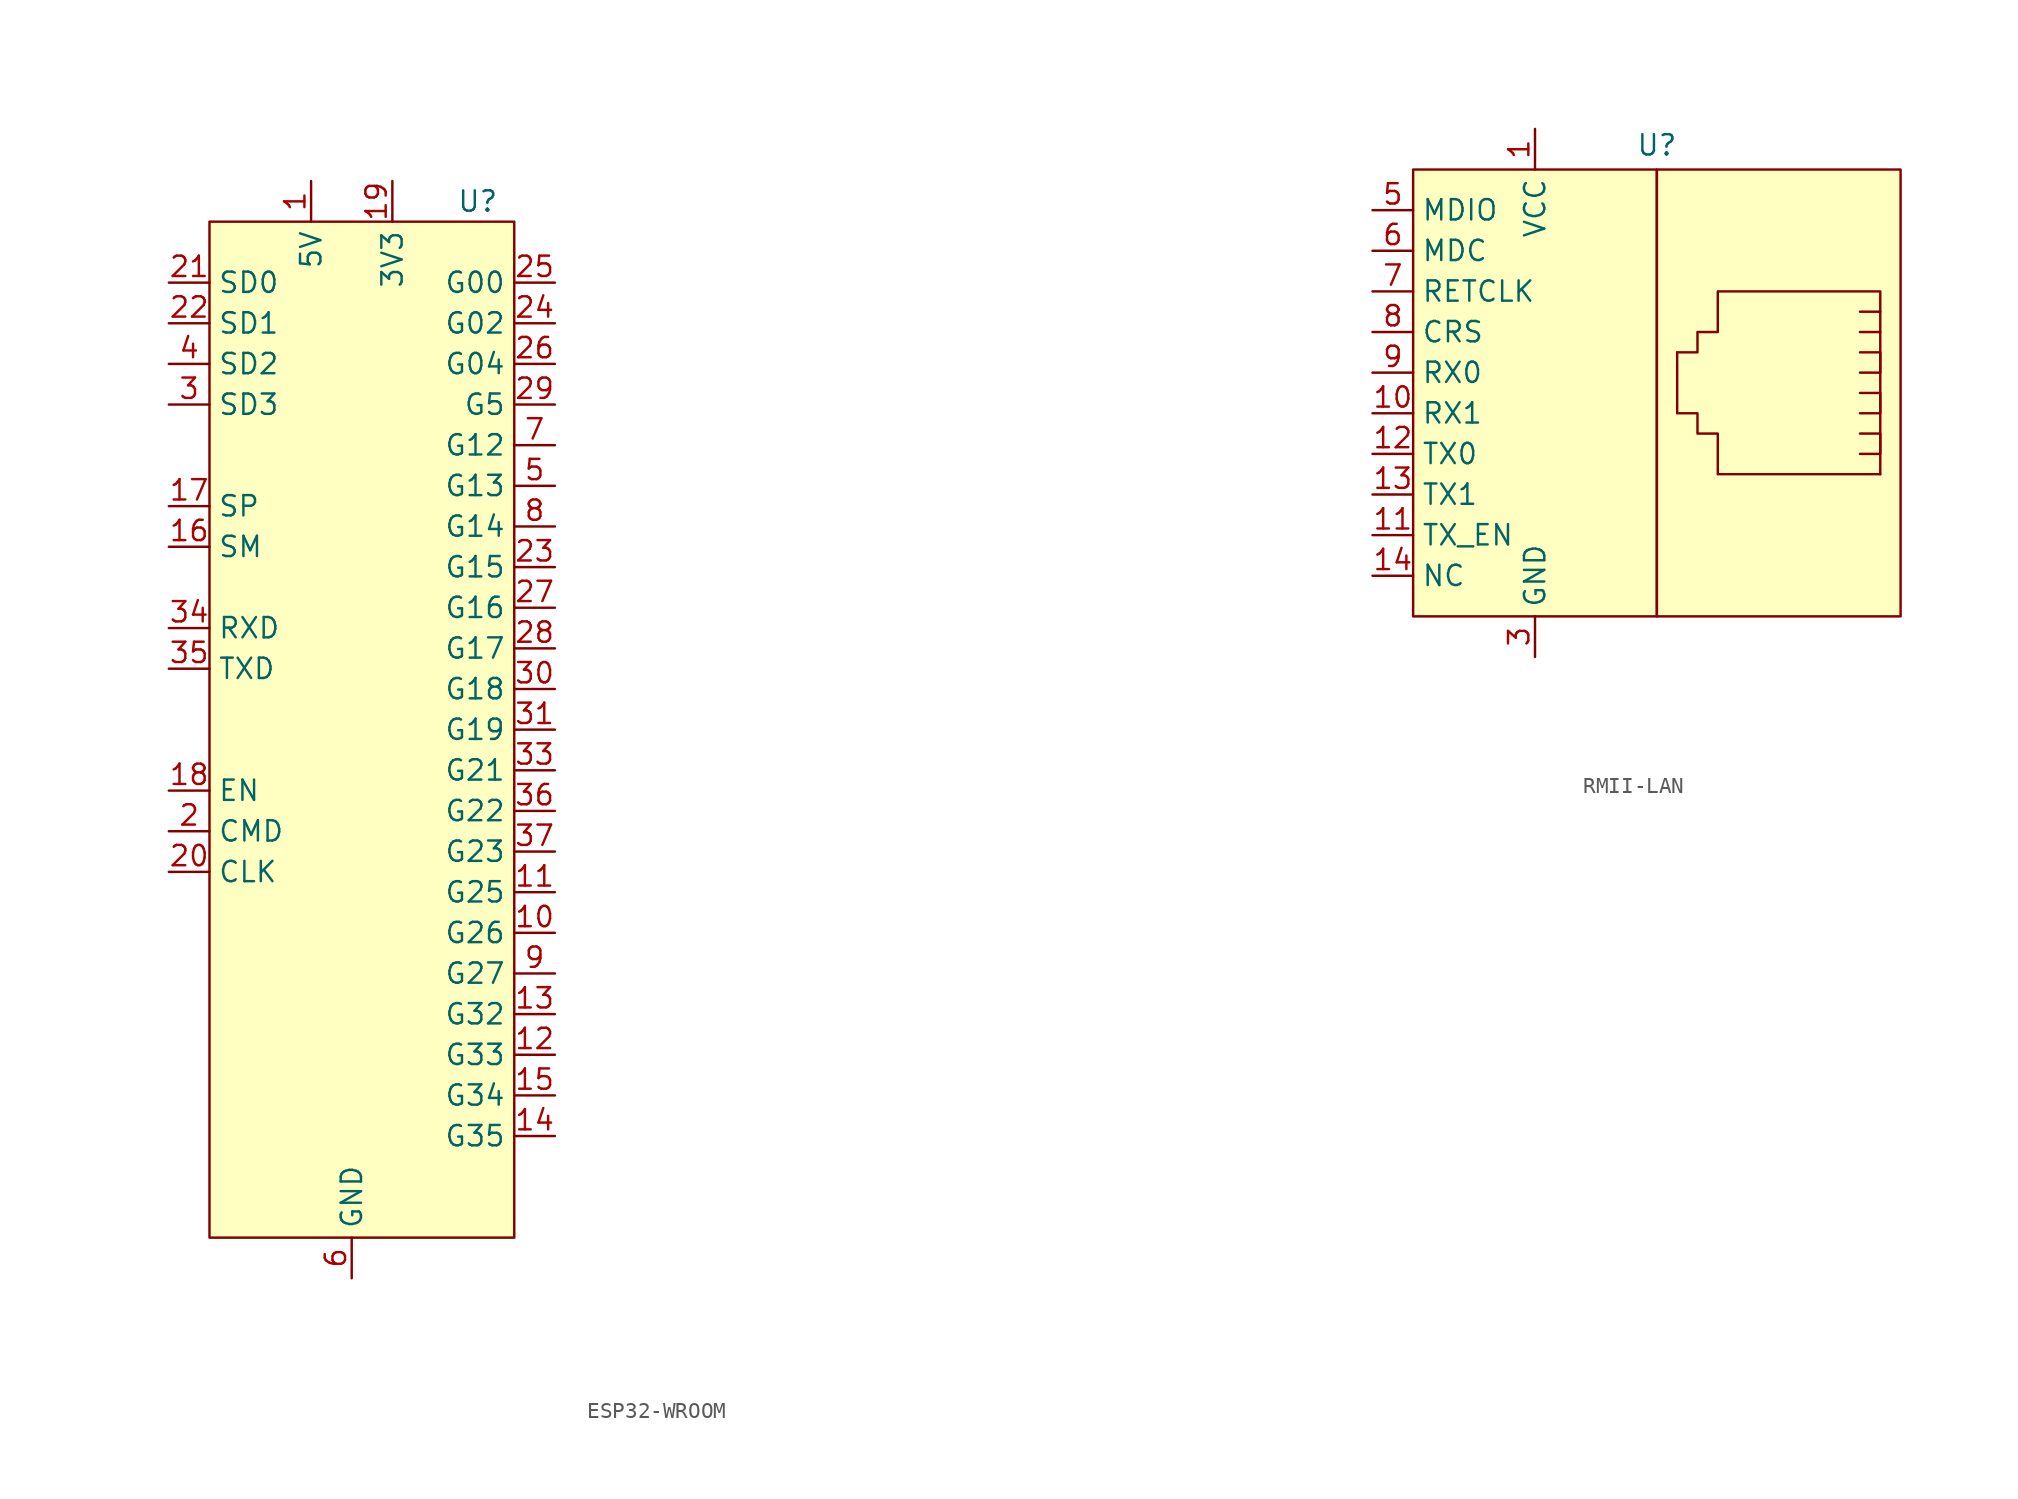
<source format=kicad_sym>
(kicad_symbol_lib
  (version 20231120)
  (generator "kicad_symbol_editor")
  (generator_version "8.0")
  (symbol "ESP32-WROOM"
    (property "Reference" "U"
      (at 7.874 0 0)
      (effects (font (size 1.27 1.27))))
    (property "Value" ""
      (at 7.874 0 0)
      (effects (font (size 1.27 1.27))))
    (symbol "ESP32-WROOM_1_1"
      (rectangle (start -8.89 -1.27) (end 10.16 -64.77) (stroke (width 0) (type default)) (fill (type background)))
      (pin power_in line (at -2.54 1.27 270) (length 2.54) (name "5V" (effects (font (size 1.27 1.27)))) (number "1" (effects (font (size 1.27 1.27)))))
      (pin bidirectional line (at 12.7 -45.72 180) (length 2.54) (name "G26" (effects (font (size 1.27 1.27)))) (number "10" (effects (font (size 1.27 1.27)))))
      (pin bidirectional line (at 12.7 -43.18 180) (length 2.54) (name "G25" (effects (font (size 1.27 1.27)))) (number "11" (effects (font (size 1.27 1.27)))))
      (pin bidirectional line (at 12.7 -53.34 180) (length 2.54) (name "G33" (effects (font (size 1.27 1.27)))) (number "12" (effects (font (size 1.27 1.27)))))
      (pin bidirectional line (at 12.7 -50.8 180) (length 2.54) (name "G32" (effects (font (size 1.27 1.27)))) (number "13" (effects (font (size 1.27 1.27)))))
      (pin bidirectional line (at 12.7 -58.42 180) (length 2.54) (name "G35" (effects (font (size 1.27 1.27)))) (number "14" (effects (font (size 1.27 1.27)))))
      (pin bidirectional line (at 12.7 -55.88 180) (length 2.54) (name "G34" (effects (font (size 1.27 1.27)))) (number "15" (effects (font (size 1.27 1.27)))))
      (pin bidirectional line (at -11.43 -21.59 0) (length 2.54) (name "SM" (effects (font (size 1.27 1.27)))) (number "16" (effects (font (size 1.27 1.27)))))
      (pin bidirectional line (at -11.43 -19.05 0) (length 2.54) (name "SP" (effects (font (size 1.27 1.27)))) (number "17" (effects (font (size 1.27 1.27)))))
      (pin bidirectional line (at -11.43 -36.83 0) (length 2.54) (name "EN" (effects (font (size 1.27 1.27)))) (number "18" (effects (font (size 1.27 1.27)))))
      (pin power_out line (at 2.54 1.27 270) (length 2.54) (name "3V3" (effects (font (size 1.27 1.27)))) (number "19" (effects (font (size 1.27 1.27)))))
      (pin bidirectional line (at -11.43 -39.37 0) (length 2.54) (name "CMD" (effects (font (size 1.27 1.27)))) (number "2" (effects (font (size 1.27 1.27)))))
      (pin input line (at -11.43 -41.91 0) (length 2.54) (name "CLK" (effects (font (size 1.27 1.27)))) (number "20" (effects (font (size 1.27 1.27)))))
      (pin bidirectional line (at -11.43 -5.08 0) (length 2.54) (name "SD0" (effects (font (size 1.27 1.27)))) (number "21" (effects (font (size 1.27 1.27)))))
      (pin bidirectional line (at -11.43 -7.62 0) (length 2.54) (name "SD1" (effects (font (size 1.27 1.27)))) (number "22" (effects (font (size 1.27 1.27)))))
      (pin bidirectional line (at 12.7 -22.86 180) (length 2.54) (name "G15" (effects (font (size 1.27 1.27)))) (number "23" (effects (font (size 1.27 1.27)))))
      (pin bidirectional line (at 12.7 -7.62 180) (length 2.54) (name "G02" (effects (font (size 1.27 1.27)))) (number "24" (effects (font (size 1.27 1.27)))))
      (pin bidirectional line (at 12.7 -5.08 180) (length 2.54) (name "G00" (effects (font (size 1.27 1.27)))) (number "25" (effects (font (size 1.27 1.27)))))
      (pin bidirectional line (at 12.7 -10.16 180) (length 2.54) (name "G04" (effects (font (size 1.27 1.27)))) (number "26" (effects (font (size 1.27 1.27)))))
      (pin bidirectional line (at 12.7 -25.4 180) (length 2.54) (name "G16" (effects (font (size 1.27 1.27)))) (number "27" (effects (font (size 1.27 1.27)))))
      (pin bidirectional line (at 12.7 -27.94 180) (length 2.54) (name "G17" (effects (font (size 1.27 1.27)))) (number "28" (effects (font (size 1.27 1.27)))))
      (pin bidirectional line (at 12.7 -12.7 180) (length 2.54) (name "G5" (effects (font (size 1.27 1.27)))) (number "29" (effects (font (size 1.27 1.27)))))
      (pin bidirectional line (at -11.43 -12.7 0) (length 2.54) (name "SD3" (effects (font (size 1.27 1.27)))) (number "3" (effects (font (size 1.27 1.27)))))
      (pin bidirectional line (at 12.7 -30.48 180) (length 2.54) (name "G18" (effects (font (size 1.27 1.27)))) (number "30" (effects (font (size 1.27 1.27)))))
      (pin bidirectional line (at 12.7 -33.02 180) (length 2.54) (name "G19" (effects (font (size 1.27 1.27)))) (number "31" (effects (font (size 1.27 1.27)))))
      (pin bidirectional line (at 48.26 -33.02 180) (length 2.54) hide (name "GND" (effects (font (size 1.27 1.27)))) (number "32" (effects (font (size 1.27 1.27)))))
      (pin bidirectional line (at 12.7 -35.56 180) (length 2.54) (name "G21" (effects (font (size 1.27 1.27)))) (number "33" (effects (font (size 1.27 1.27)))))
      (pin input line (at -11.43 -26.67 0) (length 2.54) (name "RXD" (effects (font (size 1.27 1.27)))) (number "34" (effects (font (size 1.27 1.27)))))
      (pin output line (at -11.43 -29.21 0) (length 2.54) (name "TXD" (effects (font (size 1.27 1.27)))) (number "35" (effects (font (size 1.27 1.27)))))
      (pin bidirectional line (at 12.7 -38.1 180) (length 2.54) (name "G22" (effects (font (size 1.27 1.27)))) (number "36" (effects (font (size 1.27 1.27)))))
      (pin bidirectional line (at 12.7 -40.64 180) (length 2.54) (name "G23" (effects (font (size 1.27 1.27)))) (number "37" (effects (font (size 1.27 1.27)))))
      (pin bidirectional line (at 49.53 -41.91 180) (length 2.54) hide (name "GND" (effects (font (size 1.27 1.27)))) (number "38" (effects (font (size 1.27 1.27)))))
      (pin bidirectional line (at -11.43 -10.16 0) (length 2.54) (name "SD2" (effects (font (size 1.27 1.27)))) (number "4" (effects (font (size 1.27 1.27)))))
      (pin bidirectional line (at 12.7 -17.78 180) (length 2.54) (name "G13" (effects (font (size 1.27 1.27)))) (number "5" (effects (font (size 1.27 1.27)))))
      (pin bidirectional line (at 0 -67.31 90) (length 2.54) (name "GND" (effects (font (size 1.27 1.27)))) (number "6" (effects (font (size 1.27 1.27)))))
      (pin bidirectional line (at 12.7 -15.24 180) (length 2.54) (name "G12" (effects (font (size 1.27 1.27)))) (number "7" (effects (font (size 1.27 1.27)))))
      (pin bidirectional line (at 12.7 -20.32 180) (length 2.54) (name "G14" (effects (font (size 1.27 1.27)))) (number "8" (effects (font (size 1.27 1.27)))))
      (pin bidirectional line (at 12.7 -48.26 180) (length 2.54) (name "G27" (effects (font (size 1.27 1.27)))) (number "9" (effects (font (size 1.27 1.27)))))))
  (symbol "RMII-LAN"
    (property "Reference" "U"
      (at 17.78 1.524 0)
      (effects (font (size 1.27 1.27))))
    (property "Value" ""
      (at 10.795 -33.655 90)
      (effects (font (size 1.27 1.27))))
    (symbol "RMII-LAN_1_1"
      (polyline (pts (xy 31.75 -10.16) (xy 30.48 -10.16)) (stroke (width 0) (type default)) (fill (type none)))
      (polyline (pts (xy 31.75 -8.89) (xy 30.48 -8.89)) (stroke (width 0) (type default)) (fill (type none)))
      (polyline (pts (xy 30.48 -16.51) (xy 31.75 -16.51) (xy 31.75 -17.78) (xy 30.48 -17.78)) (stroke (width 0) (type default)) (fill (type none)))
      (polyline (pts (xy 30.48 -13.97) (xy 31.75 -13.97) (xy 31.75 -15.24) (xy 30.48 -15.24)) (stroke (width 0) (type default)) (fill (type none)))
      (polyline (pts (xy 30.48 -11.43) (xy 31.75 -11.43) (xy 31.75 -12.7) (xy 30.48 -12.7)) (stroke (width 0) (type default)) (fill (type none)))
      (polyline (pts (xy 19.05 -11.43) (xy 20.32 -11.43) (xy 20.32 -10.16) (xy 21.59 -10.16) (xy 21.59 -7.62) (xy 31.75 -7.62) (xy 31.75 -19.05)) (stroke (width 0) (type default)) (fill (type none)))
      (polyline (pts (xy 19.05 -13.97) (xy 19.05 -11.43) (xy 19.05 -15.24) (xy 20.32 -15.24) (xy 20.32 -16.51) (xy 21.59 -16.51) (xy 21.59 -19.05) (xy 31.75 -19.05)) (stroke (width 0) (type default)) (fill (type none)))
      (rectangle (start 2.54 0) (end 17.78 -27.94) (stroke (width 0) (type default)) (fill (type background)))
      (rectangle (start 17.78 0) (end 33.02 -27.94) (stroke (width 0) (type default)) (fill (type background)))
      (pin power_in line (at 10.16 2.54 270) (length 2.54) (name "VCC" (effects (font (size 1.27 1.27)))) (number "1" (effects (font (size 1.27 1.27)))))
      (pin output line (at 0 -15.24 0) (length 2.54) (name "RX1" (effects (font (size 1.27 1.27)))) (number "10" (effects (font (size 1.27 1.27)))))
      (pin input line (at 0 -22.86 0) (length 2.54) (name "TX_EN" (effects (font (size 1.27 1.27)))) (number "11" (effects (font (size 1.27 1.27)))))
      (pin input line (at 0 -17.78 0) (length 2.54) (name "TX0" (effects (font (size 1.27 1.27)))) (number "12" (effects (font (size 1.27 1.27)))))
      (pin input line (at 0 -20.32 0) (length 2.54) (name "TX1" (effects (font (size 1.27 1.27)))) (number "13" (effects (font (size 1.27 1.27)))))
      (pin input line (at 0 -25.4 0) (length 2.54) (name "NC" (effects (font (size 1.27 1.27)))) (number "14" (effects (font (size 1.27 1.27)))))
      (pin power_in line (at 10.16 2.54 270) (length 2.54) hide (name "VCC" (effects (font (size 1.27 1.27)))) (number "2" (effects (font (size 1.27 1.27)))))
      (pin power_in line (at 10.16 -30.48 90) (length 2.54) (name "GND" (effects (font (size 1.27 1.27)))) (number "3" (effects (font (size 1.27 1.27)))))
      (pin power_in line (at 10.16 -30.48 90) (length 2.54) hide (name "GND" (effects (font (size 1.27 1.27)))) (number "4" (effects (font (size 1.27 1.27)))))
      (pin bidirectional line (at 0 -2.54 0) (length 2.54) (name "MDIO" (effects (font (size 1.27 1.27)))) (number "5" (effects (font (size 1.27 1.27)))))
      (pin bidirectional line (at 0 -5.08 0) (length 2.54) (name "MDC" (effects (font (size 1.27 1.27)))) (number "6" (effects (font (size 1.27 1.27)))))
      (pin bidirectional line (at 0 -7.62 0) (length 2.54) (name "RETCLK" (effects (font (size 1.27 1.27)))) (number "7" (effects (font (size 1.27 1.27)))))
      (pin bidirectional line (at 0 -10.16 0) (length 2.54) (name "CRS" (effects (font (size 1.27 1.27)))) (number "8" (effects (font (size 1.27 1.27)))))
      (pin output line (at 0 -12.7 0) (length 2.54) (name "RX0" (effects (font (size 1.27 1.27)))) (number "9" (effects (font (size 1.27 1.27))))))))
</source>
